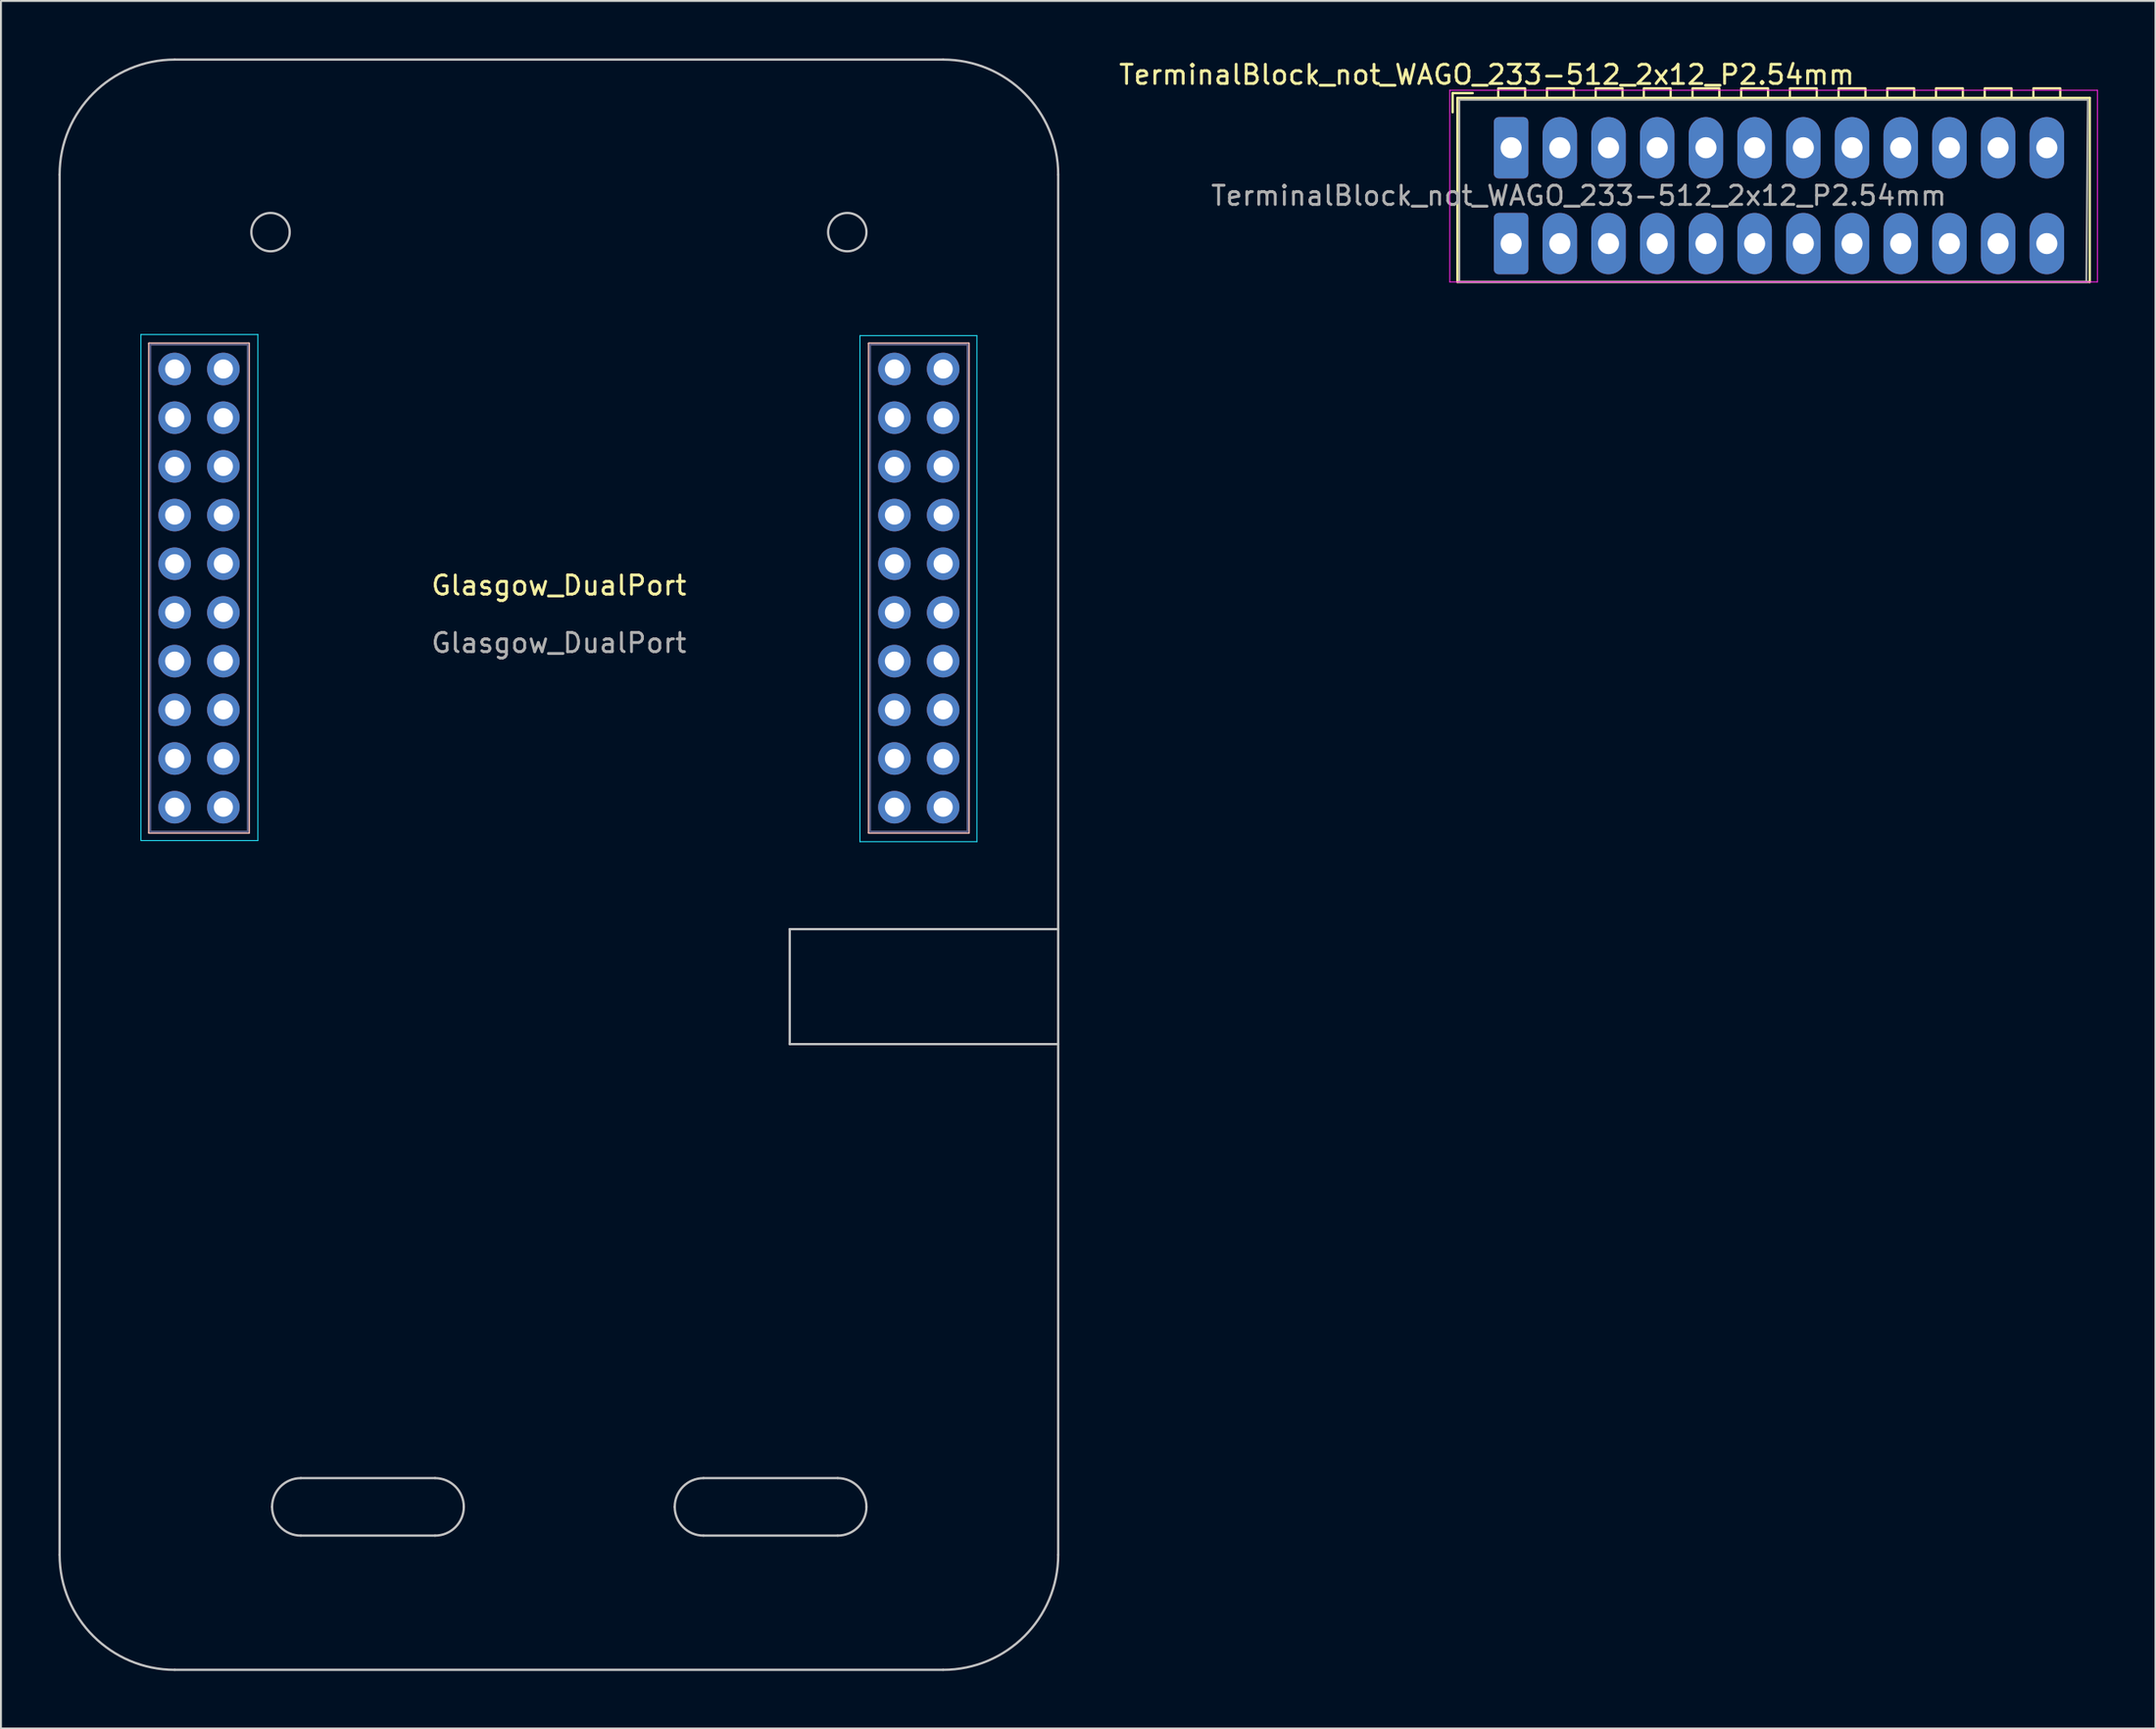
<source format=kicad_pcb>
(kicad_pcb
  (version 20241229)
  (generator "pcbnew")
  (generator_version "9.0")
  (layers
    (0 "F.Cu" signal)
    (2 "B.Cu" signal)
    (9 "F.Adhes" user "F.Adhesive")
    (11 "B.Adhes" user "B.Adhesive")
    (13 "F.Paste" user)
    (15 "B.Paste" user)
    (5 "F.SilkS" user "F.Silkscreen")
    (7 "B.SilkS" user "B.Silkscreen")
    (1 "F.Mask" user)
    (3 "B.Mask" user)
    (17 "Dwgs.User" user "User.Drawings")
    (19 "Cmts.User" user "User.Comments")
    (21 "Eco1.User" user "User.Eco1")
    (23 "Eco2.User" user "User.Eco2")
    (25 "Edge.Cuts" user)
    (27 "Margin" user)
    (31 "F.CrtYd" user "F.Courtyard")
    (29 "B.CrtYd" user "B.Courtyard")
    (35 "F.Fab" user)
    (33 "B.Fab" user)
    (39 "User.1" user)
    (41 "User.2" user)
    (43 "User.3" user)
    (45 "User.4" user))
  (footprint "Glasgow_DualPort"
    (layer "F.Cu")
    (at 26.1 27.49)
    (property "Reference" "Glasgow_DualPort" (at 0 0 0) (layer "F.SilkS") (effects (font (size 1 1) (thickness 0.15))))
    (attr through_hole)
    (fp_line (start -21.37 -12.62) (end -16.17 -12.62) (stroke (width 0.12) (type solid)) (layer "B.SilkS"))
    (fp_line (start -21.37 12.9) (end -21.37 -12.62) (stroke (width 0.12) (type solid)) (layer "B.SilkS"))
    (fp_line (start -21.37 12.9) (end -16.17 12.9) (stroke (width 0.12) (type solid)) (layer "B.SilkS"))
    (fp_line (start -16.17 12.9) (end -16.17 -12.62) (stroke (width 0.12) (type solid)) (layer "B.SilkS"))
    (fp_line (start 16.17 -12.62) (end 16.17 12.9) (stroke (width 0.12) (type solid)) (layer "B.SilkS"))
    (fp_line (start 21.37 -12.62) (end 16.17 -12.62) (stroke (width 0.12) (type solid)) (layer "B.SilkS"))
    (fp_line (start 21.37 -12.62) (end 21.37 12.9) (stroke (width 0.12) (type solid)) (layer "B.SilkS"))
    (fp_line (start 21.37 12.9) (end 16.17 12.9) (stroke (width 0.12) (type solid)) (layer "B.SilkS"))
    (fp_line (start -26.04 -21.43) (end -26.04 50.57) (stroke (width 0.12) (type default)) (layer "Dwgs.User"))
    (fp_line (start -13.46 46.57) (end -6.46 46.57) (stroke (width 0.12) (type default)) (layer "Dwgs.User"))
    (fp_line (start -6.46 49.57) (end -13.46 49.57) (stroke (width 0.12) (type default)) (layer "Dwgs.User"))
    (fp_line (start 7.54 46.57) (end 14.54 46.57) (stroke (width 0.12) (type default)) (layer "Dwgs.User"))
    (fp_line (start 12.04 23.93) (end 12.04 17.93) (stroke (width 0.12) (type default)) (layer "Dwgs.User"))
    (fp_line (start 14.54 49.57) (end 7.54 49.57) (stroke (width 0.12) (type default)) (layer "Dwgs.User"))
    (fp_line (start 20.04 -27.43) (end -20.04 -27.43) (stroke (width 0.12) (type default)) (layer "Dwgs.User"))
    (fp_line (start 20.04 56.57) (end -20.04 56.57) (stroke (width 0.12) (type default)) (layer "Dwgs.User"))
    (fp_line (start 26.04 -21.43) (end 26.04 50.57) (stroke (width 0.12) (type default)) (layer "Dwgs.User"))
    (fp_line (start 26.04 17.93) (end 12.04 17.93) (stroke (width 0.12) (type default)) (layer "Dwgs.User"))
    (fp_line (start 26.04 23.93) (end 12.04 23.93) (stroke (width 0.12) (type default)) (layer "Dwgs.User"))
    (fp_arc (start -26.04 -21.43) (mid -24.282641 -25.672641) (end -20.04 -27.43) (stroke (width 0.12) (type default)) (layer "Dwgs.User"))
    (fp_arc (start -20.04 56.57) (mid -24.282641 54.812641) (end -26.04 50.57) (stroke (width 0.12) (type default)) (layer "Dwgs.User"))
    (fp_arc (start -14.96 48.07) (mid -14.52066 47.00934) (end -13.46 46.57) (stroke (width 0.12) (type default)) (layer "Dwgs.User"))
    (fp_arc (start -13.46 49.57) (mid -14.52066 49.13066) (end -14.96 48.07) (stroke (width 0.12) (type default)) (layer "Dwgs.User"))
    (fp_arc (start -6.46 46.57) (mid -5.39934 47.00934) (end -4.96 48.07) (stroke (width 0.12) (type default)) (layer "Dwgs.User"))
    (fp_arc (start -4.96 48.07) (mid -5.39934 49.13066) (end -6.46 49.57) (stroke (width 0.12) (type default)) (layer "Dwgs.User"))
    (fp_arc (start 6.04 48.07) (mid 6.47934 47.00934) (end 7.54 46.57) (stroke (width 0.12) (type default)) (layer "Dwgs.User"))
    (fp_arc (start 7.54 49.57) (mid 6.47934 49.13066) (end 6.04 48.07) (stroke (width 0.12) (type default)) (layer "Dwgs.User"))
    (fp_arc (start 14.54 46.57) (mid 15.60066 47.00934) (end 16.04 48.07) (stroke (width 0.12) (type default)) (layer "Dwgs.User"))
    (fp_arc (start 16.04 48.07) (mid 15.60066 49.13066) (end 14.54 49.57) (stroke (width 0.12) (type default)) (layer "Dwgs.User"))
    (fp_arc (start 20.04 -27.43) (mid 24.282641 -25.672641) (end 26.04 -21.43) (stroke (width 0.12) (type default)) (layer "Dwgs.User"))
    (fp_arc (start 26.04 50.57) (mid 24.282641 54.812641) (end 20.04 56.57) (stroke (width 0.12) (type default)) (layer "Dwgs.User"))
    (fp_circle (center -15.04 -18.43) (end -14.04 -18.43) (stroke (width 0.12) (type default)) (fill no) (layer "Dwgs.User"))
    (fp_circle (center 15.04 -18.43) (end 16.04 -18.43) (stroke (width 0.12) (type default)) (fill no) (layer "Dwgs.User"))
    (fp_line (start -21.8 -13.09) (end -15.7 -13.09) (stroke (width 0.05) (type solid)) (layer "B.CrtYd"))
    (fp_line (start -21.8 13.31) (end -21.8 -13.09) (stroke (width 0.05) (type solid)) (layer "B.CrtYd"))
    (fp_line (start -15.7 -13.09) (end -15.7 13.31) (stroke (width 0.05) (type solid)) (layer "B.CrtYd"))
    (fp_line (start -15.7 13.31) (end -21.8 13.31) (stroke (width 0.05) (type solid)) (layer "B.CrtYd"))
    (fp_line (start 15.7 -13.03) (end 21.8 -13.03) (stroke (width 0.05) (type solid)) (layer "B.CrtYd"))
    (fp_line (start 15.7 13.37) (end 15.7 -13.03) (stroke (width 0.05) (type solid)) (layer "B.CrtYd"))
    (fp_line (start 21.8 -13.03) (end 21.8 13.37) (stroke (width 0.05) (type solid)) (layer "B.CrtYd"))
    (fp_line (start 21.8 13.37) (end 15.7 13.37) (stroke (width 0.05) (type solid)) (layer "B.CrtYd"))
    (fp_line (start -21.31 -12.56) (end -16.23 -12.56) (stroke (width 0.1) (type solid)) (layer "B.Fab"))
    (fp_line (start -21.31 12.84) (end -21.31 -12.56) (stroke (width 0.1) (type solid)) (layer "B.Fab"))
    (fp_line (start -16.23 -12.56) (end -16.23 12.84) (stroke (width 0.1) (type solid)) (layer "B.Fab"))
    (fp_line (start -16.23 12.84) (end -21.31 12.84) (stroke (width 0.1) (type solid)) (layer "B.Fab"))
    (fp_line (start 16.23 -12.56) (end 21.31 -12.56) (stroke (width 0.1) (type solid)) (layer "B.Fab"))
    (fp_line (start 16.23 12.84) (end 16.23 -12.56) (stroke (width 0.1) (type solid)) (layer "B.Fab"))
    (fp_line (start 21.31 -12.56) (end 21.31 12.84) (stroke (width 0.1) (type solid)) (layer "B.Fab"))
    (fp_line (start 21.31 12.84) (end 16.23 12.84) (stroke (width 0.1) (type solid)) (layer "B.Fab"))
    (fp_text user "${REFERENCE}" (at 0 3 180) (layer "F.Fab") (effects (font (size 1 1) (thickness 0.15))))
    (pad "1" thru_hole circle (at 20.04 11.57 180) (size 1.7 1.7) (drill 1) (layers "*.Cu" "*.Mask"))
    (pad "2" thru_hole oval (at 17.5 11.57 180) (size 1.7 1.7) (drill 1) (layers "*.Cu" "*.Mask"))
    (pad "3" thru_hole oval (at 20.04 9.03 180) (size 1.7 1.7) (drill 1) (layers "*.Cu" "*.Mask"))
    (pad "4" thru_hole oval (at 17.5 9.03 180) (size 1.7 1.7) (drill 1) (layers "*.Cu" "*.Mask"))
    (pad "5" thru_hole oval (at 20.04 6.49 180) (size 1.7 1.7) (drill 1) (layers "*.Cu" "*.Mask"))
    (pad "6" thru_hole oval (at 17.5 6.49 180) (size 1.7 1.7) (drill 1) (layers "*.Cu" "*.Mask"))
    (pad "7" thru_hole oval (at 20.04 3.95 180) (size 1.7 1.7) (drill 1) (layers "*.Cu" "*.Mask"))
    (pad "8" thru_hole oval (at 17.5 3.95 180) (size 1.7 1.7) (drill 1) (layers "*.Cu" "*.Mask"))
    (pad "9" thru_hole oval (at 20.04 1.41 180) (size 1.7 1.7) (drill 1) (layers "*.Cu" "*.Mask"))
    (pad "10" thru_hole oval (at 17.5 1.41 180) (size 1.7 1.7) (drill 1) (layers "*.Cu" "*.Mask"))
    (pad "11" thru_hole oval (at 20.04 -1.13 180) (size 1.7 1.7) (drill 1) (layers "*.Cu" "*.Mask"))
    (pad "12" thru_hole oval (at 17.5 -1.13 180) (size 1.7 1.7) (drill 1) (layers "*.Cu" "*.Mask"))
    (pad "13" thru_hole oval (at 20.04 -3.67 180) (size 1.7 1.7) (drill 1) (layers "*.Cu" "*.Mask"))
    (pad "14" thru_hole oval (at 17.5 -3.67 180) (size 1.7 1.7) (drill 1) (layers "*.Cu" "*.Mask"))
    (pad "15" thru_hole oval (at 20.04 -6.21 180) (size 1.7 1.7) (drill 1) (layers "*.Cu" "*.Mask"))
    (pad "16" thru_hole oval (at 17.5 -6.21 180) (size 1.7 1.7) (drill 1) (layers "*.Cu" "*.Mask"))
    (pad "17" thru_hole oval (at 20.04 -8.75 180) (size 1.7 1.7) (drill 1) (layers "*.Cu" "*.Mask"))
    (pad "18" thru_hole oval (at 17.5 -8.75 180) (size 1.7 1.7) (drill 1) (layers "*.Cu" "*.Mask"))
    (pad "19" thru_hole oval (at 20.04 -11.29 180) (size 1.7 1.7) (drill 1) (layers "*.Cu" "*.Mask"))
    (pad "20" thru_hole oval (at 17.5 -11.29 180) (size 1.7 1.7) (drill 1) (layers "*.Cu" "*.Mask"))
    (pad "21" thru_hole circle (at -20.04 -11.29) (size 1.7 1.7) (drill 1) (layers "*.Cu" "*.Mask"))
    (pad "22" thru_hole oval (at -17.5 -11.29) (size 1.7 1.7) (drill 1) (layers "*.Cu" "*.Mask"))
    (pad "23" thru_hole oval (at -20.04 -8.75) (size 1.7 1.7) (drill 1) (layers "*.Cu" "*.Mask"))
    (pad "24" thru_hole oval (at -17.5 -8.75) (size 1.7 1.7) (drill 1) (layers "*.Cu" "*.Mask"))
    (pad "25" thru_hole oval (at -20.04 -6.21) (size 1.7 1.7) (drill 1) (layers "*.Cu" "*.Mask"))
    (pad "26" thru_hole oval (at -17.5 -6.21) (size 1.7 1.7) (drill 1) (layers "*.Cu" "*.Mask"))
    (pad "27" thru_hole oval (at -20.04 -3.67) (size 1.7 1.7) (drill 1) (layers "*.Cu" "*.Mask"))
    (pad "28" thru_hole oval (at -17.5 -3.67) (size 1.7 1.7) (drill 1) (layers "*.Cu" "*.Mask"))
    (pad "29" thru_hole oval (at -20.04 -1.13) (size 1.7 1.7) (drill 1) (layers "*.Cu" "*.Mask"))
    (pad "30" thru_hole oval (at -17.5 -1.13) (size 1.7 1.7) (drill 1) (layers "*.Cu" "*.Mask"))
    (pad "31" thru_hole oval (at -20.04 1.41) (size 1.7 1.7) (drill 1) (layers "*.Cu" "*.Mask"))
    (pad "32" thru_hole oval (at -17.5 1.41) (size 1.7 1.7) (drill 1) (layers "*.Cu" "*.Mask"))
    (pad "33" thru_hole oval (at -20.04 3.95) (size 1.7 1.7) (drill 1) (layers "*.Cu" "*.Mask"))
    (pad "34" thru_hole oval (at -17.5 3.95) (size 1.7 1.7) (drill 1) (layers "*.Cu" "*.Mask"))
    (pad "35" thru_hole oval (at -20.04 6.49) (size 1.7 1.7) (drill 1) (layers "*.Cu" "*.Mask"))
    (pad "36" thru_hole oval (at -17.5 6.49) (size 1.7 1.7) (drill 1) (layers "*.Cu" "*.Mask"))
    (pad "37" thru_hole oval (at -20.04 9.03) (size 1.7 1.7) (drill 1) (layers "*.Cu" "*.Mask"))
    (pad "38" thru_hole oval (at -17.5 9.03) (size 1.7 1.7) (drill 1) (layers "*.Cu" "*.Mask"))
    (pad "39" thru_hole oval (at -20.04 11.57) (size 1.7 1.7) (drill 1) (layers "*.Cu" "*.Mask"))
    (pad "40" thru_hole oval (at -17.5 11.57) (size 1.7 1.7) (drill 1) (layers "*.Cu" "*.Mask")))
  (footprint "TerminalBlock_not_WAGO_233-512_2x12_P2.54mm"
    (layer "F.Cu")
    (at 75.762 4.658)
    (property "Reference" "TerminalBlock_not_WAGO_233-512_2x12_P2.54mm" (at -1.27 -3.81 180) (layer "F.SilkS") (effects (font (size 1 1) (thickness 0.15))))
    (attr through_hole)
    (fp_line (start -3.05 -2.85) (end -3.05 -1.85) (stroke (width 0.12) (type default)) (layer "F.SilkS"))
    (fp_line (start -3.05 -2.85) (end -2 -2.85) (stroke (width 0.12) (type default)) (layer "F.SilkS"))
    (fp_line (start -2.8 -2.6) (end 30.18 -2.6) (stroke (width 0.12) (type solid)) (layer "F.SilkS"))
    (fp_line (start -2.8 7) (end -2.8 -2.6) (stroke (width 0.12) (type solid)) (layer "F.SilkS"))
    (fp_line (start 30.18 -2.6) (end 30.18 7) (stroke (width 0.12) (type solid)) (layer "F.SilkS"))
    (fp_line (start 30.18 7) (end -2.8 7) (stroke (width 0.12) (type solid)) (layer "F.SilkS"))
    (fp_rect (start -0.67 -3.1) (end 0.73 -2.6) (stroke (width 0.12) (type default)) (fill no) (layer "F.SilkS"))
    (fp_rect (start 1.87 -3.1) (end 3.27 -2.6) (stroke (width 0.12) (type default)) (fill no) (layer "F.SilkS"))
    (fp_rect (start 4.41 -3.1) (end 5.81 -2.6) (stroke (width 0.12) (type default)) (fill no) (layer "F.SilkS"))
    (fp_rect (start 6.92 -3.1) (end 8.32 -2.6) (stroke (width 0.12) (type default)) (fill no) (layer "F.SilkS"))
    (fp_rect (start 9.46 -3.101) (end 10.86 -2.601) (stroke (width 0.12) (type default)) (fill no) (layer "F.SilkS"))
    (fp_rect (start 12 -3.101) (end 13.4 -2.601) (stroke (width 0.12) (type default)) (fill no) (layer "F.SilkS"))
    (fp_rect (start 14.54 -3.1) (end 15.94 -2.6) (stroke (width 0.12) (type default)) (fill no) (layer "F.SilkS"))
    (fp_rect (start 17.08 -3.1) (end 18.48 -2.6) (stroke (width 0.12) (type default)) (fill no) (layer "F.SilkS"))
    (fp_rect (start 19.62 -3.1) (end 21.02 -2.6) (stroke (width 0.12) (type default)) (fill no) (layer "F.SilkS"))
    (fp_rect (start 22.16 -3.1) (end 23.56 -2.6) (stroke (width 0.12) (type default)) (fill no) (layer "F.SilkS"))
    (fp_rect (start 24.7 -3.1) (end 26.1 -2.6) (stroke (width 0.12) (type default)) (fill no) (layer "F.SilkS"))
    (fp_rect (start 27.24 -3.1) (end 28.64 -2.6) (stroke (width 0.12) (type default)) (fill no) (layer "F.SilkS"))
    (fp_line (start -3.2 -3) (end 30.58 -3) (stroke (width 0.05) (type solid)) (layer "F.CrtYd"))
    (fp_line (start -3.2 7) (end -3.2 -3) (stroke (width 0.05) (type solid)) (layer "F.CrtYd"))
    (fp_line (start 30.58 -3) (end 30.58 7) (stroke (width 0.05) (type solid)) (layer "F.CrtYd"))
    (fp_line (start 30.58 7) (end -3.2 7) (stroke (width 0.05) (type solid)) (layer "F.CrtYd"))
    (fp_line (start -2.7 -2.5) (end 30.08 -2.5) (stroke (width 0.1) (type default)) (layer "F.Fab"))
    (fp_line (start -2.7 7) (end -2.7 -2.5) (stroke (width 0.1) (type default)) (layer "F.Fab"))
    (fp_line (start -2.7 7) (end 30 7) (stroke (width 0.1) (type default)) (layer "F.Fab"))
    (fp_line (start 30.08 -2.5) (end 30 7) (stroke (width 0.1) (type default)) (layer "F.Fab"))
    (fp_text user "${REFERENCE}" (at 3.53 2.5 180) (layer "F.Fab") (effects (font (size 1 1) (thickness 0.15))))
    (pad "1" thru_hole roundrect (at 0 0) (size 1.8 3.2) (drill 1.1) (layers "*.Cu" "*.Mask") (roundrect_rratio 0.139))
    (pad "1" thru_hole roundrect (at 0 5) (size 1.8 3.2) (drill 1.1) (layers "*.Cu" "*.Mask") (roundrect_rratio 0.139))
    (pad "2" thru_hole oval (at 2.54 0) (size 1.8 3.2) (drill 1.1) (layers "*.Cu" "*.Mask"))
    (pad "2" thru_hole oval (at 2.54 5) (size 1.8 3.2) (drill 1.1) (layers "*.Cu" "*.Mask"))
    (pad "3" thru_hole oval (at 5.08 0) (size 1.8 3.2) (drill 1.1) (layers "*.Cu" "*.Mask"))
    (pad "3" thru_hole oval (at 5.08 5) (size 1.8 3.2) (drill 1.1) (layers "*.Cu" "*.Mask"))
    (pad "4" thru_hole oval (at 7.62 0) (size 1.8 3.2) (drill 1.1) (layers "*.Cu" "*.Mask"))
    (pad "4" thru_hole oval (at 7.62 5) (size 1.8 3.2) (drill 1.1) (layers "*.Cu" "*.Mask"))
    (pad "5" thru_hole oval (at 10.16 0) (size 1.8 3.2) (drill 1.1) (layers "*.Cu" "*.Mask"))
    (pad "5" thru_hole oval (at 10.16 5) (size 1.8 3.2) (drill 1.1) (layers "*.Cu" "*.Mask"))
    (pad "6" thru_hole oval (at 12.7 0) (size 1.8 3.2) (drill 1.1) (layers "*.Cu" "*.Mask"))
    (pad "6" thru_hole oval (at 12.7 5) (size 1.8 3.2) (drill 1.1) (layers "*.Cu" "*.Mask"))
    (pad "7" thru_hole oval (at 15.24 0) (size 1.8 3.2) (drill 1.1) (layers "*.Cu" "*.Mask"))
    (pad "7" thru_hole oval (at 15.24 5) (size 1.8 3.2) (drill 1.1) (layers "*.Cu" "*.Mask"))
    (pad "8" thru_hole oval (at 17.78 0) (size 1.8 3.2) (drill 1.1) (layers "*.Cu" "*.Mask"))
    (pad "8" thru_hole oval (at 17.78 5) (size 1.8 3.2) (drill 1.1) (layers "*.Cu" "*.Mask"))
    (pad "9" thru_hole oval (at 20.32 0) (size 1.8 3.2) (drill 1.1) (layers "*.Cu" "*.Mask"))
    (pad "9" thru_hole oval (at 20.32 5) (size 1.8 3.2) (drill 1.1) (layers "*.Cu" "*.Mask"))
    (pad "10" thru_hole oval (at 22.86 0) (size 1.8 3.2) (drill 1.1) (layers "*.Cu" "*.Mask"))
    (pad "10" thru_hole oval (at 22.86 5) (size 1.8 3.2) (drill 1.1) (layers "*.Cu" "*.Mask"))
    (pad "11" thru_hole oval (at 25.4 0) (size 1.8 3.2) (drill 1.1) (layers "*.Cu" "*.Mask"))
    (pad "11" thru_hole oval (at 25.4 5) (size 1.8 3.2) (drill 1.1) (layers "*.Cu" "*.Mask"))
    (pad "12" thru_hole oval (at 27.94 0) (size 1.8 3.2) (drill 1.1) (layers "*.Cu" "*.Mask"))
    (pad "12" thru_hole oval (at 27.94 5) (size 1.8 3.2) (drill 1.1) (layers "*.Cu" "*.Mask")))
  (gr_rect
    (start -3 -3)
    (end 109.367 87.12)
    (stroke (width 0.1) (type default))
    (fill no)
    (layer "Edge.Cuts")))
</source>
